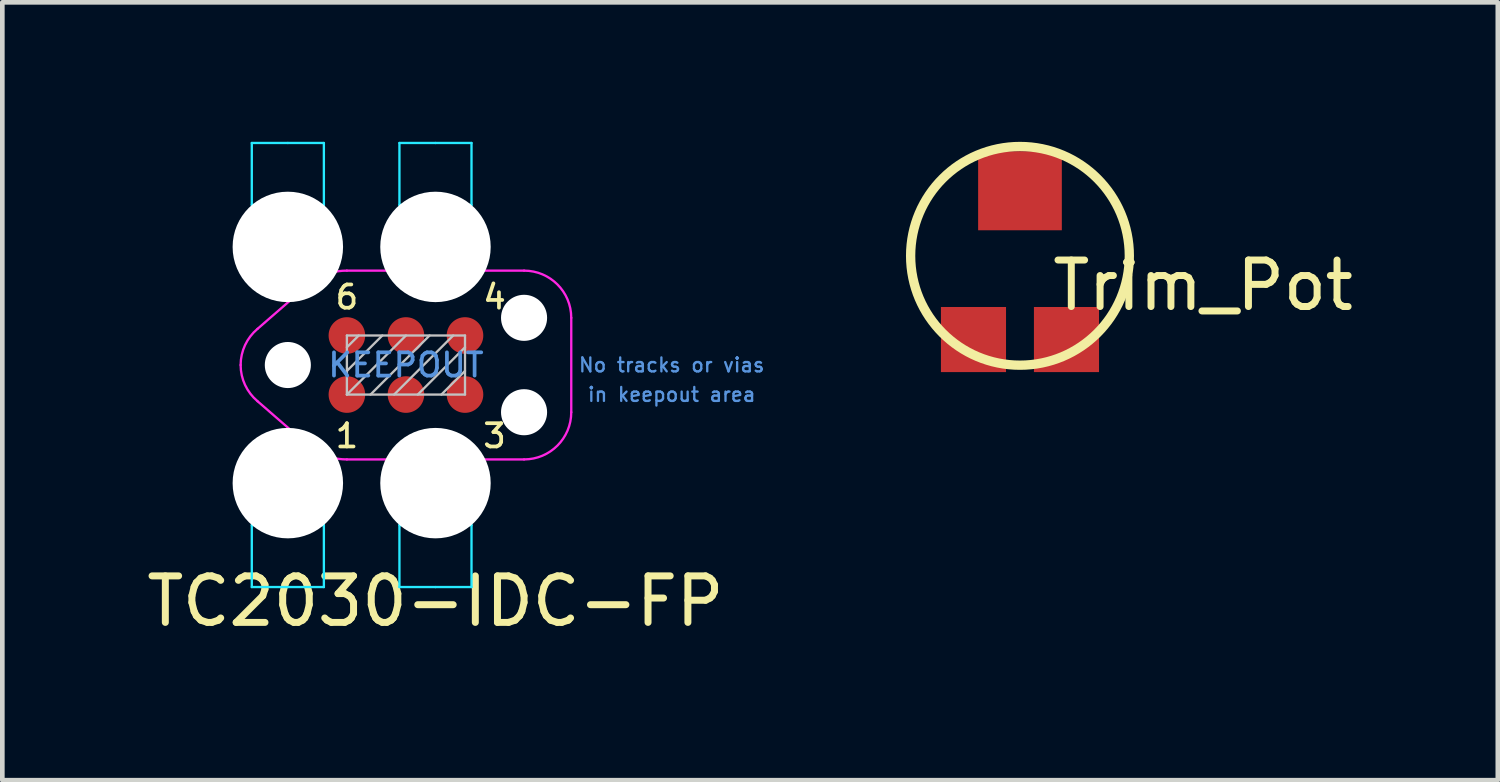
<source format=kicad_pcb>
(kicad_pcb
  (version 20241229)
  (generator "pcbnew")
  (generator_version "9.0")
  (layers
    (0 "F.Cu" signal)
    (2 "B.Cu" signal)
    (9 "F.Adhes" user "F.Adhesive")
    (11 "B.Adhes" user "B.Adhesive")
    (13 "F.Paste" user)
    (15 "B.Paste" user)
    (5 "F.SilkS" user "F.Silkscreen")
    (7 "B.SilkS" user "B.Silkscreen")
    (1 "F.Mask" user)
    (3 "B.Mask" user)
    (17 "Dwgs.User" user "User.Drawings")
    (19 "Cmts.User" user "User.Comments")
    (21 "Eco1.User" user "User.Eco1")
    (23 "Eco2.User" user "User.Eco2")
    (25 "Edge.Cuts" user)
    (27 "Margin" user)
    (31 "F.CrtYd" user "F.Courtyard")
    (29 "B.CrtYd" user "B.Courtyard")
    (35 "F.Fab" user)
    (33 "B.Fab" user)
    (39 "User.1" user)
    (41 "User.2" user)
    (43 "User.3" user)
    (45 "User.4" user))
  (footprint "TC2030-IDC-FP"
    (layer "F.Cu")
    (at 5.68 4.8)
    (property "Reference" "TC2030-IDC-FP" (at 0.635 5.08 0) (layer "F.SilkS") (effects (font (size 1 1) (thickness 0.15))))
    (attr exclude_from_pos_files exclude_from_bom)
    (fp_line (start -1.27 -0.381) (end -1.016 -0.635) (stroke (width 0.05) (type solid)) (layer "Dwgs.User"))
    (fp_line (start -1.27 0.127) (end -0.508 -0.635) (stroke (width 0.05) (type solid)) (layer "Dwgs.User"))
    (fp_line (start -1.27 0.635) (end -1.27 -0.635) (stroke (width 0.05) (type solid)) (layer "Dwgs.User"))
    (fp_line (start -1.27 0.635) (end 0 -0.635) (stroke (width 0.05) (type solid)) (layer "Dwgs.User"))
    (fp_line (start -0.762 0.635) (end 0.508 -0.635) (stroke (width 0.05) (type solid)) (layer "Dwgs.User"))
    (fp_line (start -0.254 0.635) (end 1.016 -0.635) (stroke (width 0.05) (type solid)) (layer "Dwgs.User"))
    (fp_line (start 0.254 0.635) (end 1.27 -0.381) (stroke (width 0.05) (type solid)) (layer "Dwgs.User"))
    (fp_line (start 0.762 0.635) (end 1.27 0.127) (stroke (width 0.05) (type solid)) (layer "Dwgs.User"))
    (fp_line (start 1.27 -0.635) (end -1.27 -0.635) (stroke (width 0.05) (type solid)) (layer "Dwgs.User"))
    (fp_line (start 1.27 -0.635) (end 1.27 0.635) (stroke (width 0.05) (type solid)) (layer "Dwgs.User"))
    (fp_line (start 1.27 0.635) (end -1.27 0.635) (stroke (width 0.05) (type solid)) (layer "Dwgs.User"))
    (fp_line (start -3.315 -4.775) (end -3.315 -3.442) (stroke (width 0.05) (type solid)) (layer "B.CrtYd"))
    (fp_line (start -3.315 -3.442) (end -1.765 -3.442) (stroke (width 0.05) (type solid)) (layer "B.CrtYd"))
    (fp_line (start -3.315 3.442) (end -1.765 3.442) (stroke (width 0.05) (type solid)) (layer "B.CrtYd"))
    (fp_line (start -3.315 4.775) (end -3.315 3.442) (stroke (width 0.05) (type solid)) (layer "B.CrtYd"))
    (fp_line (start -2.54 -4.775) (end -3.315 -4.775) (stroke (width 0.05) (type solid)) (layer "B.CrtYd"))
    (fp_line (start -2.54 -4.775) (end -1.765 -4.775) (stroke (width 0.05) (type solid)) (layer "B.CrtYd"))
    (fp_line (start -2.54 4.775) (end -3.315 4.775) (stroke (width 0.05) (type solid)) (layer "B.CrtYd"))
    (fp_line (start -2.54 4.775) (end -1.765 4.775) (stroke (width 0.05) (type solid)) (layer "B.CrtYd"))
    (fp_line (start -1.765 -4.775) (end -1.765 -3.442) (stroke (width 0.05) (type solid)) (layer "B.CrtYd"))
    (fp_line (start -1.765 4.775) (end -1.765 3.442) (stroke (width 0.05) (type solid)) (layer "B.CrtYd"))
    (fp_line (start -0.14 -4.775) (end -0.14 -3.442) (stroke (width 0.05) (type solid)) (layer "B.CrtYd"))
    (fp_line (start -0.14 -3.442) (end 1.41 -3.442) (stroke (width 0.05) (type solid)) (layer "B.CrtYd"))
    (fp_line (start -0.14 3.442) (end 1.41 3.442) (stroke (width 0.05) (type solid)) (layer "B.CrtYd"))
    (fp_line (start -0.14 4.775) (end -0.14 3.442) (stroke (width 0.05) (type solid)) (layer "B.CrtYd"))
    (fp_line (start 0.635 -4.775) (end -0.14 -4.775) (stroke (width 0.05) (type solid)) (layer "B.CrtYd"))
    (fp_line (start 0.635 -4.775) (end 1.41 -4.775) (stroke (width 0.05) (type solid)) (layer "B.CrtYd"))
    (fp_line (start 0.635 4.775) (end -0.14 4.775) (stroke (width 0.05) (type solid)) (layer "B.CrtYd"))
    (fp_line (start 0.635 4.775) (end 1.41 4.775) (stroke (width 0.05) (type solid)) (layer "B.CrtYd"))
    (fp_line (start 1.41 -4.775) (end 1.41 -3.442) (stroke (width 0.05) (type solid)) (layer "B.CrtYd"))
    (fp_line (start 1.41 4.775) (end 1.41 3.442) (stroke (width 0.05) (type solid)) (layer "B.CrtYd"))
    (fp_line (start -3.192 0.778) (end -1.968 1.843) (stroke (width 0.05) (type solid)) (layer "F.CrtYd"))
    (fp_line (start -1.968 -1.843) (end -3.192 -0.778) (stroke (width 0.05) (type solid)) (layer "F.CrtYd"))
    (fp_line (start 2.54 -2.03) (end -1.27 -2.03) (stroke (width 0.05) (type solid)) (layer "F.CrtYd"))
    (fp_line (start 2.54 2.03) (end -1.27 2.03) (stroke (width 0.05) (type solid)) (layer "F.CrtYd"))
    (fp_line (start 3.555 -1.015) (end 3.555 1.015) (stroke (width 0.05) (type solid)) (layer "F.CrtYd"))
    (fp_arc (start -3.555 0) (mid -3.459902 -0.428958) (end -3.192429 -0.777535) (stroke (width 0.05) (type solid)) (layer "F.CrtYd"))
    (fp_arc (start -3.192429 0.777535) (mid -3.459902 0.428958) (end -3.555 0) (stroke (width 0.05) (type solid)) (layer "F.CrtYd"))
    (fp_arc (start -1.9675 -1.843105) (mid -1.631053 -1.982466) (end -1.27 -2.03) (stroke (width 0.05) (type solid)) (layer "F.CrtYd"))
    (fp_arc (start -1.27 2.03) (mid -1.631053 1.982466) (end -1.9675 1.843105) (stroke (width 0.05) (type solid)) (layer "F.CrtYd"))
    (fp_arc (start 2.54 -2.03) (mid 3.257713 -1.732713) (end 3.555 -1.015) (stroke (width 0.05) (type solid)) (layer "F.CrtYd"))
    (fp_arc (start 3.555 1.015) (mid 3.257713 1.732713) (end 2.54 2.03) (stroke (width 0.05) (type solid)) (layer "F.CrtYd"))
    (fp_text user "6" (at -1.27 -1.46 0) (layer "F.SilkS") (effects (font (size 0.5 0.5) (thickness 0.08))))
    (fp_text user "1" (at -1.27 1.524 0) (layer "F.SilkS") (effects (font (size 0.5 0.5) (thickness 0.08))))
    (fp_text user "3" (at 1.905 1.524 0) (layer "F.SilkS") (effects (font (size 0.5 0.5) (thickness 0.08))))
    (fp_text user "4" (at 1.905 -1.46 0) (layer "F.SilkS") (effects (font (size 0.5 0.5) (thickness 0.08))))
    (fp_text user "in keepout area" (at 5.715 0.635 0) (layer "Cmts.User") (effects (font (size 0.3 0.3) (thickness 0.05))))
    (fp_text user "KEEPOUT" (at 0 0 0) (layer "Cmts.User") (effects (font (size 0.5 0.5) (thickness 0.08))))
    (fp_text user "No tracks or vias" (at 5.715 0 0) (layer "Cmts.User") (effects (font (size 0.3 0.3) (thickness 0.05))))
    (pad "" np_thru_hole circle (at -2.54 -2.54) (size 2.375 2.375) (drill 2.375) (layers "*.Cu" "*.Mask"))
    (pad "" np_thru_hole circle (at -2.54 0) (size 0.991 0.991) (drill 0.991) (layers "*.Cu" "*.Mask"))
    (pad "" np_thru_hole circle (at -2.54 2.54) (size 2.375 2.375) (drill 2.375) (layers "*.Cu" "*.Mask"))
    (pad "" np_thru_hole circle (at 0.635 -2.54) (size 2.375 2.375) (drill 2.375) (layers "*.Cu" "*.Mask"))
    (pad "" np_thru_hole circle (at 0.635 2.54) (size 2.375 2.375) (drill 2.375) (layers "*.Cu" "*.Mask"))
    (pad "" np_thru_hole circle (at 2.54 -1.015) (size 0.991 0.991) (drill 0.991) (layers "*.Cu" "*.Mask"))
    (pad "" np_thru_hole circle (at 2.54 1.015) (size 0.991 0.991) (drill 0.991) (layers "*.Cu" "*.Mask"))
    (pad "1" smd circle (at -1.27 0.635) (size 0.787 0.787) (layers "F.Cu" "F.Mask"))
    (pad "2" smd circle (at 0 0.635) (size 0.787 0.787) (layers "F.Cu" "F.Mask"))
    (pad "3" smd circle (at 1.27 0.635) (size 0.787 0.787) (layers "F.Cu" "F.Mask"))
    (pad "4" smd circle (at 1.27 -0.635) (size 0.787 0.787) (layers "F.Cu" "F.Mask"))
    (pad "5" smd circle (at 0 -0.635) (size 0.787 0.787) (layers "F.Cu" "F.Mask"))
    (pad "6" smd circle (at -1.27 -0.635) (size 0.787 0.787) (layers "F.Cu" "F.Mask")))
  (footprint "Trim_Pot"
    (layer "F.Cu")
    (at 18.885 2.452)
    (property "Reference" "Trim_Pot" (at 3.937 0.635 0) (layer "F.SilkS") (effects (font (size 1 1) (thickness 0.15))))
    (attr through_hole)
    (fp_circle (center 0 0) (end 1.737 1.585) (stroke (width 0.2) (type solid)) (fill no) (layer "F.SilkS"))
    (pad "1" smd rect (at -1 1.8) (size 1.4 1.4) (layers "F.Cu" "F.Mask" "F.Paste"))
    (pad "2" smd rect (at 0 -1.4) (size 1.8 1.7) (layers "F.Cu" "F.Mask" "F.Paste"))
    (pad "3" smd rect (at 1 1.8) (size 1.4 1.4) (layers "F.Cu" "F.Mask" "F.Paste")))
  (gr_rect
    (start -3 -3)
    (end 29.161 13.728)
    (stroke (width 0.1) (type default))
    (fill no)
    (layer "Edge.Cuts")))
</source>
